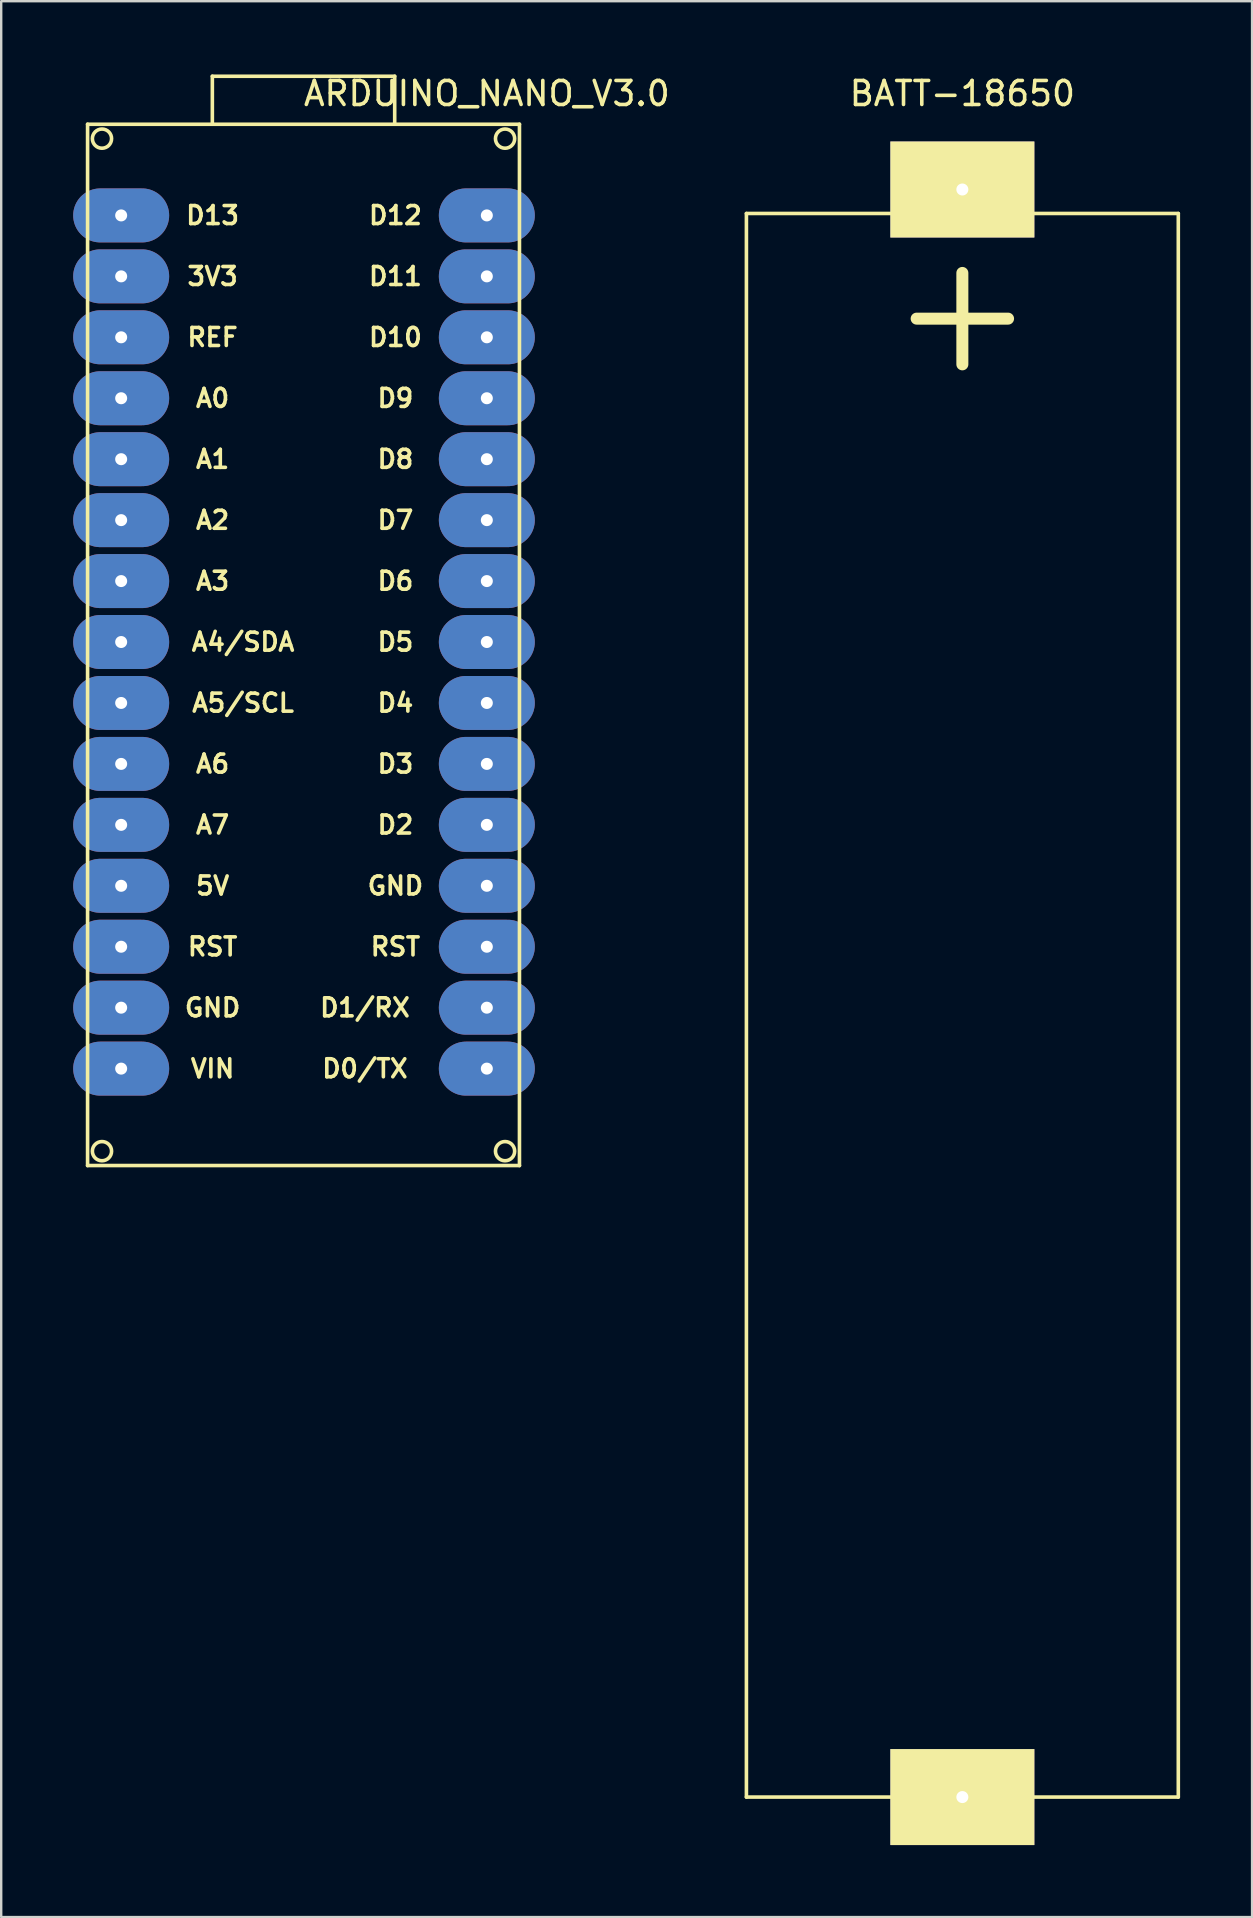
<source format=kicad_pcb>
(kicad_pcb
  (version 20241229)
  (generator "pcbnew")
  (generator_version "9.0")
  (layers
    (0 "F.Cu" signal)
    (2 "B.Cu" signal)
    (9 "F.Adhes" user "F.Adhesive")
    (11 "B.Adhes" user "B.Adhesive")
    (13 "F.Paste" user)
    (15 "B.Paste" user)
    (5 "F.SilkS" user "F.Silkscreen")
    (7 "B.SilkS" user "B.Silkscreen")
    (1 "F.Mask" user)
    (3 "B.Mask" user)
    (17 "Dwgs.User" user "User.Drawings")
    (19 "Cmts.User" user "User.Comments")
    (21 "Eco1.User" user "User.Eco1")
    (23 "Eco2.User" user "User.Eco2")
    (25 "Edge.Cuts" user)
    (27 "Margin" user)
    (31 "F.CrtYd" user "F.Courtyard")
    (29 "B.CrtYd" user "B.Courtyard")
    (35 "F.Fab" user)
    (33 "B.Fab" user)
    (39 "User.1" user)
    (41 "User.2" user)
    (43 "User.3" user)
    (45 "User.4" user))
  (footprint "BATT-18650"
    (layer "F.Cu")
    (at 37.059 71.848)
    (property "Reference" "BATT-18650" (at 0 -71 0) (layer "F.SilkS") (effects (font (size 1 1) (thickness 0.15))))
    (attr through_hole)
    (fp_line (start -9 -66) (end 9 -66) (stroke (width 0.15) (type solid)) (layer "F.SilkS"))
    (fp_line (start -9 0) (end -9 -66) (stroke (width 0.15) (type solid)) (layer "F.SilkS"))
    (fp_line (start -2 -67) (end 2 -67) (stroke (width 0.15) (type solid)) (layer "F.SilkS"))
    (fp_line (start -2 -66) (end -2 -67) (stroke (width 0.15) (type solid)) (layer "F.SilkS"))
    (fp_line (start 2 -67) (end 2 -66) (stroke (width 0.15) (type solid)) (layer "F.SilkS"))
    (fp_line (start 9 -66) (end 9 0) (stroke (width 0.15) (type solid)) (layer "F.SilkS"))
    (fp_line (start 9 0) (end -9 0) (stroke (width 0.15) (type solid)) (layer "F.SilkS"))
    (fp_text user "+" (at 0 -62 0) (layer "F.SilkS") (effects (font (size 5 5) (thickness 0.5))))
    (pad "1" thru_hole rect (at 0 -67 180) (size 6 4) (drill 0.5) (layers "B.Cu" "B.Mask" "F.SilkS"))
    (pad "2" thru_hole rect (at 0 0 180) (size 6 4) (drill 0.5) (layers "B.Cu" "B.Mask" "F.SilkS")))
  (footprint "ARDUINO_NANO_V3.0"
    (layer "F.Cu")
    (at 2 5.928)
    (property "Reference" "ARDUINO_NANO_V3.0" (at 15.24 -5.08 0) (layer "F.SilkS") (effects (font (size 1 1) (thickness 0.15))))
    (attr through_hole)
    (fp_line (start -1.4 -3.8) (end 16.6 -3.8) (stroke (width 0.15) (type solid)) (layer "F.SilkS"))
    (fp_line (start -1.4 39.6) (end -1.4 -3.8) (stroke (width 0.15) (type solid)) (layer "F.SilkS"))
    (fp_line (start 3.8 -5.8) (end 3.8 -3.8) (stroke (width 0.15) (type solid)) (layer "F.SilkS"))
    (fp_line (start 11.4 -5.8) (end 3.8 -5.8) (stroke (width 0.15) (type solid)) (layer "F.SilkS"))
    (fp_line (start 11.4 -5.8) (end 11.4 -3.8) (stroke (width 0.15) (type solid)) (layer "F.SilkS"))
    (fp_line (start 16.6 -3.8) (end 16.6 39.6) (stroke (width 0.15) (type solid)) (layer "F.SilkS"))
    (fp_line (start 16.6 39.6) (end -1.4 39.6) (stroke (width 0.15) (type solid)) (layer "F.SilkS"))
    (fp_circle (center -0.8 -3.2) (end -0.8 -3.6) (stroke (width 0.15) (type solid)) (fill no) (layer "F.SilkS"))
    (fp_circle (center -0.8 39) (end -0.8 39.4) (stroke (width 0.15) (type solid)) (fill no) (layer "F.SilkS"))
    (fp_circle (center 16 -3.2) (end 16 -3.6) (stroke (width 0.15) (type solid)) (fill no) (layer "F.SilkS"))
    (fp_circle (center 16 39) (end 16 39.4) (stroke (width 0.15) (type solid)) (fill no) (layer "F.SilkS"))
    (fp_text user "D4" (at 11.43 20.32 0) (layer "F.SilkS") (effects (font (size 0.75 0.75) (thickness 0.15))))
    (fp_text user "A2" (at 3.81 12.7 0) (layer "F.SilkS") (effects (font (size 0.75 0.75) (thickness 0.15))))
    (fp_text user "RST" (at 3.81 30.48 0) (layer "F.SilkS") (effects (font (size 0.75 0.75) (thickness 0.15))))
    (fp_text user "A1" (at 3.81 10.16 0) (layer "F.SilkS") (effects (font (size 0.75 0.75) (thickness 0.15))))
    (fp_text user "D13" (at 3.81 0 0) (layer "F.SilkS") (effects (font (size 0.75 0.75) (thickness 0.15))))
    (fp_text user "VIN" (at 3.81 35.56 0) (layer "F.SilkS") (effects (font (size 0.75 0.75) (thickness 0.15))))
    (fp_text user "A0" (at 3.81 7.62 0) (layer "F.SilkS") (effects (font (size 0.75 0.75) (thickness 0.15))))
    (fp_text user "D9" (at 11.43 7.62 0) (layer "F.SilkS") (effects (font (size 0.75 0.75) (thickness 0.15))))
    (fp_text user "A6" (at 3.81 22.86 0) (layer "F.SilkS") (effects (font (size 0.75 0.75) (thickness 0.15))))
    (fp_text user "RST" (at 11.43 30.48 0) (layer "F.SilkS") (effects (font (size 0.75 0.75) (thickness 0.15))))
    (fp_text user "A5/SCL" (at 5.08 20.32 0) (layer "F.SilkS") (effects (font (size 0.75 0.75) (thickness 0.15))))
    (fp_text user "D10" (at 11.43 5.08 0) (layer "F.SilkS") (effects (font (size 0.75 0.75) (thickness 0.15))))
    (fp_text user "A4/SDA" (at 5.08 17.78 0) (layer "F.SilkS") (effects (font (size 0.75 0.75) (thickness 0.15))))
    (fp_text user "5V" (at 3.81 27.94 0) (layer "F.SilkS") (effects (font (size 0.75 0.75) (thickness 0.15))))
    (fp_text user "A7" (at 3.81 25.4 0) (layer "F.SilkS") (effects (font (size 0.75 0.75) (thickness 0.15))))
    (fp_text user "D1/RX" (at 10.16 33.02 0) (layer "F.SilkS") (effects (font (size 0.75 0.75) (thickness 0.15))))
    (fp_text user "GND" (at 11.43 27.94 0) (layer "F.SilkS") (effects (font (size 0.75 0.75) (thickness 0.15))))
    (fp_text user "REF" (at 3.81 5.08 0) (layer "F.SilkS") (effects (font (size 0.75 0.75) (thickness 0.15))))
    (fp_text user "D12" (at 11.43 0 0) (layer "F.SilkS") (effects (font (size 0.75 0.75) (thickness 0.15))))
    (fp_text user "D7" (at 11.43 12.7 0) (layer "F.SilkS") (effects (font (size 0.75 0.75) (thickness 0.15))))
    (fp_text user "D2" (at 11.43 25.4 0) (layer "F.SilkS") (effects (font (size 0.75 0.75) (thickness 0.15))))
    (fp_text user "D3" (at 11.43 22.86 0) (layer "F.SilkS") (effects (font (size 0.75 0.75) (thickness 0.15))))
    (fp_text user "D8" (at 11.43 10.16 0) (layer "F.SilkS") (effects (font (size 0.75 0.75) (thickness 0.15))))
    (fp_text user "3V3" (at 3.81 2.54 0) (layer "F.SilkS") (effects (font (size 0.75 0.75) (thickness 0.15))))
    (fp_text user "A3" (at 3.81 15.24 0) (layer "F.SilkS") (effects (font (size 0.75 0.75) (thickness 0.15))))
    (fp_text user "D5" (at 11.43 17.78 0) (layer "F.SilkS") (effects (font (size 0.75 0.75) (thickness 0.15))))
    (fp_text user "D6" (at 11.43 15.24 0) (layer "F.SilkS") (effects (font (size 0.75 0.75) (thickness 0.15))))
    (fp_text user "GND" (at 3.81 33.02 0) (layer "F.SilkS") (effects (font (size 0.75 0.75) (thickness 0.15))))
    (fp_text user "D11" (at 11.43 2.54 0) (layer "F.SilkS") (effects (font (size 0.75 0.75) (thickness 0.15))))
    (fp_text user "D0/TX" (at 10.16 35.56 0) (layer "F.SilkS") (effects (font (size 0.75 0.75) (thickness 0.15))))
    (pad "1" thru_hole oval (at 0 0) (size 4 2.25) (drill 0.5) (layers "B.Cu" "B.Mask"))
    (pad "2" thru_hole oval (at 0 2.54) (size 4 2.25) (drill 0.5) (layers "B.Cu" "B.Mask"))
    (pad "3" thru_hole oval (at 0 5.08) (size 4 2.25) (drill 0.5) (layers "B.Cu" "B.Mask"))
    (pad "4" thru_hole oval (at 0 7.62) (size 4 2.25) (drill 0.5) (layers "B.Cu" "B.Mask"))
    (pad "5" thru_hole oval (at 0 10.16) (size 4 2.25) (drill 0.5) (layers "B.Cu" "B.Mask"))
    (pad "6" thru_hole oval (at 0 12.7) (size 4 2.25) (drill 0.5) (layers "B.Cu" "B.Mask"))
    (pad "7" thru_hole oval (at 0 15.24) (size 4 2.25) (drill 0.5) (layers "B.Cu" "B.Mask"))
    (pad "8" thru_hole oval (at 0 17.78) (size 4 2.25) (drill 0.5) (layers "B.Cu" "B.Mask"))
    (pad "9" thru_hole oval (at 0 20.32) (size 4 2.25) (drill 0.5) (layers "B.Cu" "B.Mask"))
    (pad "10" thru_hole oval (at 0 22.86) (size 4 2.25) (drill 0.5) (layers "B.Cu" "B.Mask"))
    (pad "11" thru_hole oval (at 0 25.4) (size 4 2.25) (drill 0.5) (layers "B.Cu" "B.Mask"))
    (pad "12" thru_hole oval (at 0 27.94) (size 4 2.25) (drill 0.5) (layers "B.Cu" "B.Mask"))
    (pad "13" thru_hole oval (at 0 30.48) (size 4 2.25) (drill 0.5) (layers "B.Cu" "B.Mask"))
    (pad "14" thru_hole oval (at 0 33.02) (size 4 2.25) (drill 0.5) (layers "B.Cu" "B.Mask"))
    (pad "15" thru_hole oval (at 0 35.56) (size 4 2.25) (drill 0.5) (layers "B.Cu" "B.Mask"))
    (pad "16" thru_hole oval (at 15.24 35.56) (size 4 2.25) (drill 0.5) (layers "B.Cu" "B.Mask"))
    (pad "17" thru_hole oval (at 15.24 33.02) (size 4 2.25) (drill 0.5) (layers "B.Cu" "B.Mask"))
    (pad "18" thru_hole oval (at 15.24 30.48) (size 4 2.25) (drill 0.5) (layers "B.Cu" "B.Mask"))
    (pad "19" thru_hole oval (at 15.24 27.94) (size 4 2.25) (drill 0.5) (layers "B.Cu" "B.Mask"))
    (pad "20" thru_hole oval (at 15.24 25.4) (size 4 2.25) (drill 0.5) (layers "B.Cu" "B.Mask"))
    (pad "21" thru_hole oval (at 15.24 22.86) (size 4 2.25) (drill 0.5) (layers "B.Cu" "B.Mask"))
    (pad "22" thru_hole oval (at 15.24 20.32) (size 4 2.25) (drill 0.5) (layers "B.Cu" "B.Mask"))
    (pad "23" thru_hole oval (at 15.24 17.78) (size 4 2.25) (drill 0.5) (layers "B.Cu" "B.Mask"))
    (pad "24" thru_hole oval (at 15.24 15.24) (size 4 2.25) (drill 0.5) (layers "B.Cu" "B.Mask"))
    (pad "25" thru_hole oval (at 15.24 12.7) (size 4 2.25) (drill 0.5) (layers "B.Cu" "B.Mask"))
    (pad "26" thru_hole oval (at 15.24 10.16) (size 4 2.25) (drill 0.5) (layers "B.Cu" "B.Mask"))
    (pad "27" thru_hole oval (at 15.24 7.62) (size 4 2.25) (drill 0.5) (layers "B.Cu" "B.Mask"))
    (pad "28" thru_hole oval (at 15.24 5.08) (size 4 2.25) (drill 0.5) (layers "B.Cu" "B.Mask"))
    (pad "29" thru_hole oval (at 15.24 2.54) (size 4 2.25) (drill 0.5) (layers "B.Cu" "B.Mask"))
    (pad "30" thru_hole oval (at 15.24 0) (size 4 2.25) (drill 0.5) (layers "B.Cu" "B.Mask")))
  (gr_rect
    (start -3 -3)
    (end 49.134 76.848)
    (stroke (width 0.1) (type default))
    (fill no)
    (layer "Edge.Cuts")))
</source>
